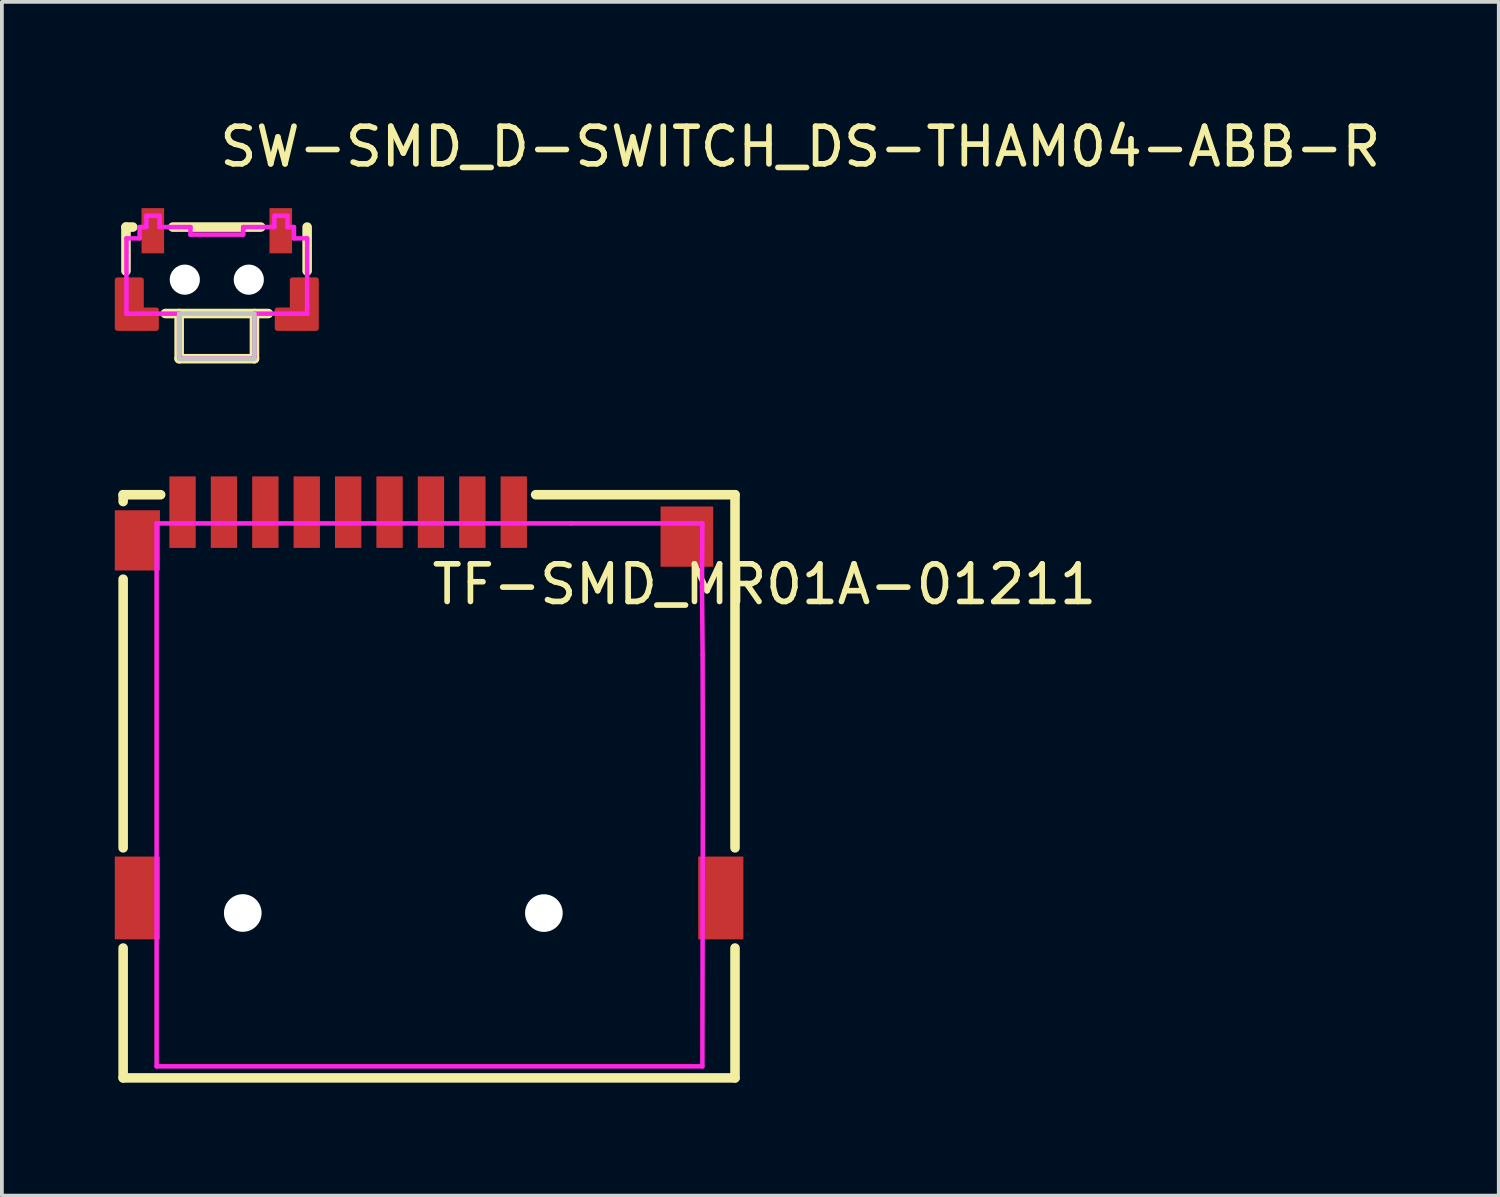
<source format=kicad_pcb>
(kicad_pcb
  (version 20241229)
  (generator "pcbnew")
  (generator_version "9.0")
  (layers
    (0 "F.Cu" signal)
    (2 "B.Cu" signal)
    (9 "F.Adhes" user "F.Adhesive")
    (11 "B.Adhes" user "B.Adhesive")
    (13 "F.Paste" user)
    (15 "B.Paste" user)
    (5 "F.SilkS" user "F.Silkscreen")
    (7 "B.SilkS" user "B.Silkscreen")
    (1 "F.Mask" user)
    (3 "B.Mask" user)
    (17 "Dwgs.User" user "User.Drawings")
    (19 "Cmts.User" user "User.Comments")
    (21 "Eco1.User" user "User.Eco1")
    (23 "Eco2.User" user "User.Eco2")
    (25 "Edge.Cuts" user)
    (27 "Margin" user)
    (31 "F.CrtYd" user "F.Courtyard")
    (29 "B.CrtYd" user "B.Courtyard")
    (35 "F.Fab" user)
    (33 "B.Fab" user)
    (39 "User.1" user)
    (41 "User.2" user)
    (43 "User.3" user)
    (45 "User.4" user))
  (footprint "SW-SMD_D-SWITCH_DS-THAM04-ABB-R"
    (layer "F.Cu")
    (at 2.71 4.055)
    (property "Reference" "SW-SMD_D-SWITCH_DS-THAM04-ABB-R" (at 0 -3.207 0) (layer "F.SilkS") (effects (font (size 1 1) (thickness 0.15)) (justify left)))
    (attr through_hole)
    (fp_line (start -2.413 -1.072) (end -2.413 0.094) (stroke (width 0.254) (type solid)) (layer "F.SilkS"))
    (fp_line (start -2.231 -1.072) (end -2.413 -1.072) (stroke (width 0.254) (type solid)) (layer "F.SilkS"))
    (fp_line (start -1 2.425) (end -1 1.225) (stroke (width 0.254) (type solid)) (layer "F.SilkS"))
    (fp_line (start 1 2.425) (end -1 2.425) (stroke (width 0.254) (type solid)) (layer "F.SilkS"))
    (fp_line (start 1 2.425) (end 1 1.225) (stroke (width 0.254) (type solid)) (layer "F.SilkS"))
    (fp_line (start 1.169 -1.072) (end -1.169 -1.072) (stroke (width 0.254) (type solid)) (layer "F.SilkS"))
    (fp_line (start 1.369 1.225) (end -1.369 1.225) (stroke (width 0.254) (type solid)) (layer "F.SilkS"))
    (fp_line (start 2.4 -1.072) (end 2.4 0.094) (stroke (width 0.254) (type solid)) (layer "F.SilkS"))
    (fp_circle (center -0.85 0.325) (end -0.7 0.325) (stroke (width 0.3) (type solid)) (fill no) (layer "Dwgs.User"))
    (fp_circle (center 0.85 0.325) (end 1 0.325) (stroke (width 0.3) (type solid)) (fill no) (layer "Dwgs.User"))
    (fp_poly (pts (xy -1 1.226) (xy -1 2.428) (xy 1 2.428) (xy 1 1.228)) (stroke (width 0.12) (type solid)) (fill no) (layer "Dwgs.User"))
    (fp_circle (center 2.4 -1.375) (end 2.43 -1.375) (stroke (width 0.06) (type solid)) (fill no) (layer "Eco2.User"))
    (fp_poly (pts (xy -1.525 -0.575) (xy -1.875 -0.575) (xy -1.875 -1.375) (xy -1.525 -1.375)) (stroke (width 0.12) (type solid)) (fill no) (layer "Eco2.User"))
    (fp_poly (pts (xy 1.875 -0.575) (xy 1.525 -0.575) (xy 1.525 -1.375) (xy 1.875 -1.375)) (stroke (width 0.12) (type solid)) (fill no) (layer "Eco2.User"))
    (fp_poly (pts (xy -2.4 0.728) (xy -2.3 0.728) (xy -2.3 1.128) (xy -1.9 1.128) (xy -1.9 1.228) (xy -2.4 1.228)) (stroke (width 0.12) (type solid)) (fill no) (layer "Eco2.User"))
    (fp_poly (pts (xy 2.4 0.728) (xy 2.3 0.728) (xy 2.3 1.128) (xy 1.9 1.128) (xy 1.9 1.228) (xy 2.4 1.228)) (stroke (width 0.12) (type solid)) (fill no) (layer "Eco2.User"))
    (fp_line (start -2.4 -0.772) (end -2.4 1.228) (stroke (width 0.12) (type solid)) (layer "F.CrtYd"))
    (fp_line (start -2.4 1.228) (end -1 1.228) (stroke (width 0.12) (type solid)) (layer "F.CrtYd"))
    (fp_line (start -2.05 -1.07) (end -2.05 -0.772) (stroke (width 0.12) (type solid)) (layer "F.CrtYd"))
    (fp_line (start -2.05 -0.772) (end -2.4 -0.772) (stroke (width 0.12) (type solid)) (layer "F.CrtYd"))
    (fp_line (start -2.048 -1.072) (end -2.05 -1.07) (stroke (width 0.12) (type solid)) (layer "F.CrtYd"))
    (fp_line (start -1.87 -1.372) (end -1.87 -1.072) (stroke (width 0.12) (type solid)) (layer "F.CrtYd"))
    (fp_line (start -1.87 -1.072) (end -2.048 -1.072) (stroke (width 0.12) (type solid)) (layer "F.CrtYd"))
    (fp_line (start -1.52 -1.372) (end -1.87 -1.372) (stroke (width 0.12) (type solid)) (layer "F.CrtYd"))
    (fp_line (start -1.52 -1.072) (end -1.52 -1.372) (stroke (width 0.12) (type solid)) (layer "F.CrtYd"))
    (fp_line (start -1 1.228) (end -1 2.358) (stroke (width 0.12) (type solid)) (layer "F.CrtYd"))
    (fp_line (start -1 2.358) (end -0.999 2.372) (stroke (width 0.12) (type solid)) (layer "F.CrtYd"))
    (fp_line (start -0.999 2.372) (end -0.995 2.385) (stroke (width 0.12) (type solid)) (layer "F.CrtYd"))
    (fp_line (start -0.995 2.385) (end -0.988 2.397) (stroke (width 0.12) (type solid)) (layer "F.CrtYd"))
    (fp_line (start -0.988 2.397) (end -0.98 2.408) (stroke (width 0.12) (type solid)) (layer "F.CrtYd"))
    (fp_line (start -0.98 2.408) (end -0.969 2.416) (stroke (width 0.12) (type solid)) (layer "F.CrtYd"))
    (fp_line (start -0.969 2.416) (end -0.957 2.423) (stroke (width 0.12) (type solid)) (layer "F.CrtYd"))
    (fp_line (start -0.957 2.423) (end -0.944 2.427) (stroke (width 0.12) (type solid)) (layer "F.CrtYd"))
    (fp_line (start -0.944 2.427) (end -0.93 2.428) (stroke (width 0.12) (type solid)) (layer "F.CrtYd"))
    (fp_line (start -0.93 2.428) (end -0.928 2.428) (stroke (width 0.12) (type solid)) (layer "F.CrtYd"))
    (fp_line (start -0.928 2.428) (end 0.93 2.428) (stroke (width 0.12) (type solid)) (layer "F.CrtYd"))
    (fp_line (start -0.7 -1.072) (end -1.52 -1.072) (stroke (width 0.12) (type solid)) (layer "F.CrtYd"))
    (fp_line (start -0.7 -0.872) (end -0.7 -1.072) (stroke (width 0.12) (type solid)) (layer "F.CrtYd"))
    (fp_line (start 0.7 -1.072) (end 0.7 -0.872) (stroke (width 0.12) (type solid)) (layer "F.CrtYd"))
    (fp_line (start 0.7 -0.872) (end -0.7 -0.872) (stroke (width 0.12) (type solid)) (layer "F.CrtYd"))
    (fp_line (start 0.93 2.428) (end 0.944 2.427) (stroke (width 0.12) (type solid)) (layer "F.CrtYd"))
    (fp_line (start 0.944 2.427) (end 0.957 2.423) (stroke (width 0.12) (type solid)) (layer "F.CrtYd"))
    (fp_line (start 0.957 2.423) (end 0.969 2.416) (stroke (width 0.12) (type solid)) (layer "F.CrtYd"))
    (fp_line (start 0.969 2.416) (end 0.979 2.408) (stroke (width 0.12) (type solid)) (layer "F.CrtYd"))
    (fp_line (start 0.979 2.408) (end 0.988 2.397) (stroke (width 0.12) (type solid)) (layer "F.CrtYd"))
    (fp_line (start 0.988 2.397) (end 0.995 2.385) (stroke (width 0.12) (type solid)) (layer "F.CrtYd"))
    (fp_line (start 0.995 2.385) (end 0.999 2.372) (stroke (width 0.12) (type solid)) (layer "F.CrtYd"))
    (fp_line (start 0.999 2.372) (end 1 2.358) (stroke (width 0.12) (type solid)) (layer "F.CrtYd"))
    (fp_line (start 1 1.228) (end 2.4 1.228) (stroke (width 0.12) (type solid)) (layer "F.CrtYd"))
    (fp_line (start 1 2.356) (end 1 1.228) (stroke (width 0.12) (type solid)) (layer "F.CrtYd"))
    (fp_line (start 1 2.358) (end 1 2.356) (stroke (width 0.12) (type solid)) (layer "F.CrtYd"))
    (fp_line (start 1.53 -1.372) (end 1.53 -1.072) (stroke (width 0.12) (type solid)) (layer "F.CrtYd"))
    (fp_line (start 1.53 -1.072) (end 0.7 -1.072) (stroke (width 0.12) (type solid)) (layer "F.CrtYd"))
    (fp_line (start 1.88 -1.372) (end 1.53 -1.372) (stroke (width 0.12) (type solid)) (layer "F.CrtYd"))
    (fp_line (start 1.88 -1.072) (end 1.88 -1.372) (stroke (width 0.12) (type solid)) (layer "F.CrtYd"))
    (fp_line (start 2.05 -1.072) (end 1.88 -1.072) (stroke (width 0.12) (type solid)) (layer "F.CrtYd"))
    (fp_line (start 2.05 -0.772) (end 2.05 -1.072) (stroke (width 0.12) (type solid)) (layer "F.CrtYd"))
    (fp_line (start 2.4 -0.772) (end 2.05 -0.772) (stroke (width 0.12) (type solid)) (layer "F.CrtYd"))
    (fp_line (start 2.4 1.228) (end 2.4 -0.772) (stroke (width 0.12) (type solid)) (layer "F.CrtYd"))
    (fp_line (start 2.4 1.228) (end 2.4 1.228) (stroke (width 0.12) (type solid)) (layer "F.CrtYd"))
    (pad "" np_thru_hole circle (at -0.85 0.325) (size 0.8 0.8) (drill 0.8) (layers "*.Cu" "*.Mask"))
    (pad "" np_thru_hole circle (at 0.85 0.325) (size 0.8 0.8) (drill 0.8) (layers "*.Cu" "*.Mask"))
    (pad "1" smd rect (at 1.7 -0.975 180) (size 0.6 1.2) (layers "F.Cu" "F.Mask" "F.Paste"))
    (pad "2" smd rect (at -1.7 -0.975 180) (size 0.6 1.2) (layers "F.Cu" "F.Mask" "F.Paste"))
    (pad "3" smd custom (at -2.125 0.975 180) (size 0.102 0.102) (layers "F.Cu" "F.Mask" "F.Paste") (options (anchor circle)) (primitives (gr_poly (pts (xy 0.525 -0.15) (xy 0.525 -0.65) (xy -0.125 -0.65) (xy -0.525 -0.65) (xy -0.525 -0.15) (xy -0.125 -0.15) (xy -0.125 0.65) (xy 0.525 0.65) (xy 0.525 -0.15)) (width 0.12) (fill yes))))
    (pad "4" smd custom (at 2.125 0.975 180) (size 0.102 0.102) (layers "F.Cu" "F.Mask" "F.Paste") (options (anchor circle)) (primitives (gr_poly (pts (xy 0.525 -0.15) (xy 0.525 -0.65) (xy 0.125 -0.65) (xy -0.525 -0.65) (xy -0.525 -0.15) (xy -0.525 0.65) (xy 0.125 0.65) (xy 0.125 -0.15) (xy 0.525 -0.15)) (width 0.12) (fill yes)))))
  (footprint "TF-SMD_MR01A-01211"
    (layer "F.Cu")
    (at 8.35 15.682)
    (property "Reference" "TF-SMD_MR01A-01211" (at 0 -3.207 0) (layer "F.SilkS") (effects (font (size 1 1) (thickness 0.15)) (justify left)))
    (attr through_hole)
    (fp_line (start -8.128 -5.588) (end -8.128 -5.406) (stroke (width 0.254) (type solid)) (layer "F.SilkS"))
    (fp_line (start -8.128 -3.344) (end -8.128 3.794) (stroke (width 0.254) (type solid)) (layer "F.SilkS"))
    (fp_line (start -8.128 6.456) (end -8.128 9.906) (stroke (width 0.254) (type solid)) (layer "F.SilkS"))
    (fp_line (start -8.128 9.906) (end 8.128 9.906) (stroke (width 0.254) (type solid)) (layer "F.SilkS"))
    (fp_line (start -7.131 -5.588) (end -8.128 -5.588) (stroke (width 0.254) (type solid)) (layer "F.SilkS"))
    (fp_line (start 8.128 -5.588) (end 2.831 -5.588) (stroke (width 0.254) (type solid)) (layer "F.SilkS"))
    (fp_line (start 8.128 3.794) (end 8.128 -5.588) (stroke (width 0.254) (type solid)) (layer "F.SilkS"))
    (fp_line (start 8.128 9.906) (end 8.128 6.456) (stroke (width 0.254) (type solid)) (layer "F.SilkS"))
    (fp_circle (center -4.95 5.525) (end -4.75 5.525) (stroke (width 0.4) (type solid)) (fill no) (layer "Dwgs.User"))
    (fp_circle (center 3.05 5.527) (end 3.25 5.527) (stroke (width 0.4) (type solid)) (fill no) (layer "Dwgs.User"))
    (fp_circle (center 8.05 -5.312) (end 8.08 -5.312) (stroke (width 0.06) (type solid)) (fill no) (layer "Eco2.User"))
    (fp_poly (pts (xy -8.086 -4.875) (xy -7.236 -4.875) (xy -7.236 -3.875) (xy -8.086 -3.875)) (stroke (width 0.12) (type solid)) (fill no) (layer "Eco2.User"))
    (fp_poly (pts (xy -8.086 4.525) (xy -7.236 4.525) (xy -7.236 5.725) (xy -8.086 5.725)) (stroke (width 0.12) (type solid)) (fill no) (layer "Eco2.User"))
    (fp_poly (pts (xy -6.7 -5.312) (xy -6.4 -5.312) (xy -6.4 -4.812) (xy -6.7 -4.812)) (stroke (width 0.12) (type solid)) (fill no) (layer "Eco2.User"))
    (fp_poly (pts (xy -5.6 -5.312) (xy -5.3 -5.312) (xy -5.3 -4.812) (xy -5.6 -4.812)) (stroke (width 0.12) (type solid)) (fill no) (layer "Eco2.User"))
    (fp_poly (pts (xy -4.5 -5.312) (xy -4.2 -5.312) (xy -4.2 -4.812) (xy -4.5 -4.812)) (stroke (width 0.12) (type solid)) (fill no) (layer "Eco2.User"))
    (fp_poly (pts (xy -3.4 -5.312) (xy -3.1 -5.312) (xy -3.1 -4.812) (xy -3.4 -4.812)) (stroke (width 0.12) (type solid)) (fill no) (layer "Eco2.User"))
    (fp_poly (pts (xy -2.3 -5.312) (xy -2 -5.312) (xy -2 -4.812) (xy -2.3 -4.812)) (stroke (width 0.12) (type solid)) (fill no) (layer "Eco2.User"))
    (fp_poly (pts (xy -1.2 -5.312) (xy -0.9 -5.312) (xy -0.9 -4.812) (xy -1.2 -4.812)) (stroke (width 0.12) (type solid)) (fill no) (layer "Eco2.User"))
    (fp_poly (pts (xy -0.1 -5.312) (xy 0.2 -5.312) (xy 0.2 -4.812) (xy -0.1 -4.812)) (stroke (width 0.12) (type solid)) (fill no) (layer "Eco2.User"))
    (fp_poly (pts (xy 1 -5.312) (xy 1.3 -5.312) (xy 1.3 -4.812) (xy 1 -4.812)) (stroke (width 0.12) (type solid)) (fill no) (layer "Eco2.User"))
    (fp_poly (pts (xy 2.1 -5.312) (xy 2.4 -5.312) (xy 2.4 -4.812) (xy 2.1 -4.812)) (stroke (width 0.12) (type solid)) (fill no) (layer "Eco2.User"))
    (fp_poly (pts (xy 7.2 4.5) (xy 8.05 4.5) (xy 8.05 5.7) (xy 7.2 5.7)) (stroke (width 0.12) (type solid)) (fill no) (layer "Eco2.User"))
    (fp_poly (pts (xy 7.275 -4.975) (xy 7.275 -3.975) (xy 6.425 -3.975) (xy 6.425 -4.975)) (stroke (width 0.12) (type solid)) (fill no) (layer "Eco2.User"))
    (fp_line (start -7.239 -4.826) (end 0.1 -4.826) (stroke (width 0.12) (type solid)) (layer "F.CrtYd"))
    (fp_line (start -7.239 9.599) (end -7.239 -4.826) (stroke (width 0.12) (type solid)) (layer "F.CrtYd"))
    (fp_line (start 0.1 -4.826) (end 3.769 -4.826) (stroke (width 0.12) (type solid)) (layer "F.CrtYd"))
    (fp_line (start 3.769 -4.826) (end 7.261 -4.826) (stroke (width 0.12) (type solid)) (layer "F.CrtYd"))
    (fp_line (start 7.251 -3.14) (end 7.267 -1.328) (stroke (width 0.12) (type solid)) (layer "F.CrtYd"))
    (fp_line (start 7.261 -4.826) (end 7.251 -3.14) (stroke (width 0.12) (type solid)) (layer "F.CrtYd"))
    (fp_line (start 7.261 9.599) (end -7.239 9.599) (stroke (width 0.12) (type solid)) (layer "F.CrtYd"))
    (fp_line (start 7.267 -1.328) (end 7.274 2.272) (stroke (width 0.12) (type solid)) (layer "F.CrtYd"))
    (fp_line (start 7.274 2.272) (end 7.261 9.599) (stroke (width 0.12) (type solid)) (layer "F.CrtYd"))
    (pad "" np_thru_hole circle (at -4.95 5.525) (size 1 1) (drill 1) (layers "*.Cu" "*.Mask"))
    (pad "" np_thru_hole circle (at 3.05 5.527) (size 1 1) (drill 1) (layers "*.Cu" "*.Mask"))
    (pad "1" smd rect (at 2.25 -5.125) (size 0.7 1.9) (layers "F.Cu" "F.Mask" "F.Paste"))
    (pad "2" smd rect (at 1.15 -5.125) (size 0.7 1.9) (layers "F.Cu" "F.Mask" "F.Paste"))
    (pad "3" smd rect (at 0.05 -5.125) (size 0.7 1.9) (layers "F.Cu" "F.Mask" "F.Paste"))
    (pad "4" smd rect (at -1.05 -5.125) (size 0.7 1.9) (layers "F.Cu" "F.Mask" "F.Paste"))
    (pad "5" smd rect (at -2.15 -5.125) (size 0.7 1.9) (layers "F.Cu" "F.Mask" "F.Paste"))
    (pad "6" smd rect (at -3.25 -5.125) (size 0.7 1.9) (layers "F.Cu" "F.Mask" "F.Paste"))
    (pad "7" smd rect (at -4.35 -5.125) (size 0.7 1.9) (layers "F.Cu" "F.Mask" "F.Paste"))
    (pad "8" smd rect (at -5.45 -5.125) (size 0.7 1.9) (layers "F.Cu" "F.Mask" "F.Paste"))
    (pad "9" smd rect (at -6.55 -5.125) (size 0.7 1.9) (layers "F.Cu" "F.Mask" "F.Paste"))
    (pad "10" smd rect (at -7.75 -4.375) (size 1.2 1.6) (layers "F.Cu" "F.Mask" "F.Paste"))
    (pad "11" smd rect (at -7.75 5.125) (size 1.2 2.2) (layers "F.Cu" "F.Mask" "F.Paste"))
    (pad "12" smd rect (at 7.75 5.125) (size 1.2 2.2) (layers "F.Cu" "F.Mask" "F.Paste"))
    (pad "13" smd rect (at 6.85 -4.475 90) (size 1.6 1.4) (layers "F.Cu" "F.Mask" "F.Paste")))
  (gr_rect
    (start -3 -3)
    (end 36.77 28.715)
    (stroke (width 0.1) (type default))
    (fill no)
    (layer "Edge.Cuts")))
</source>
